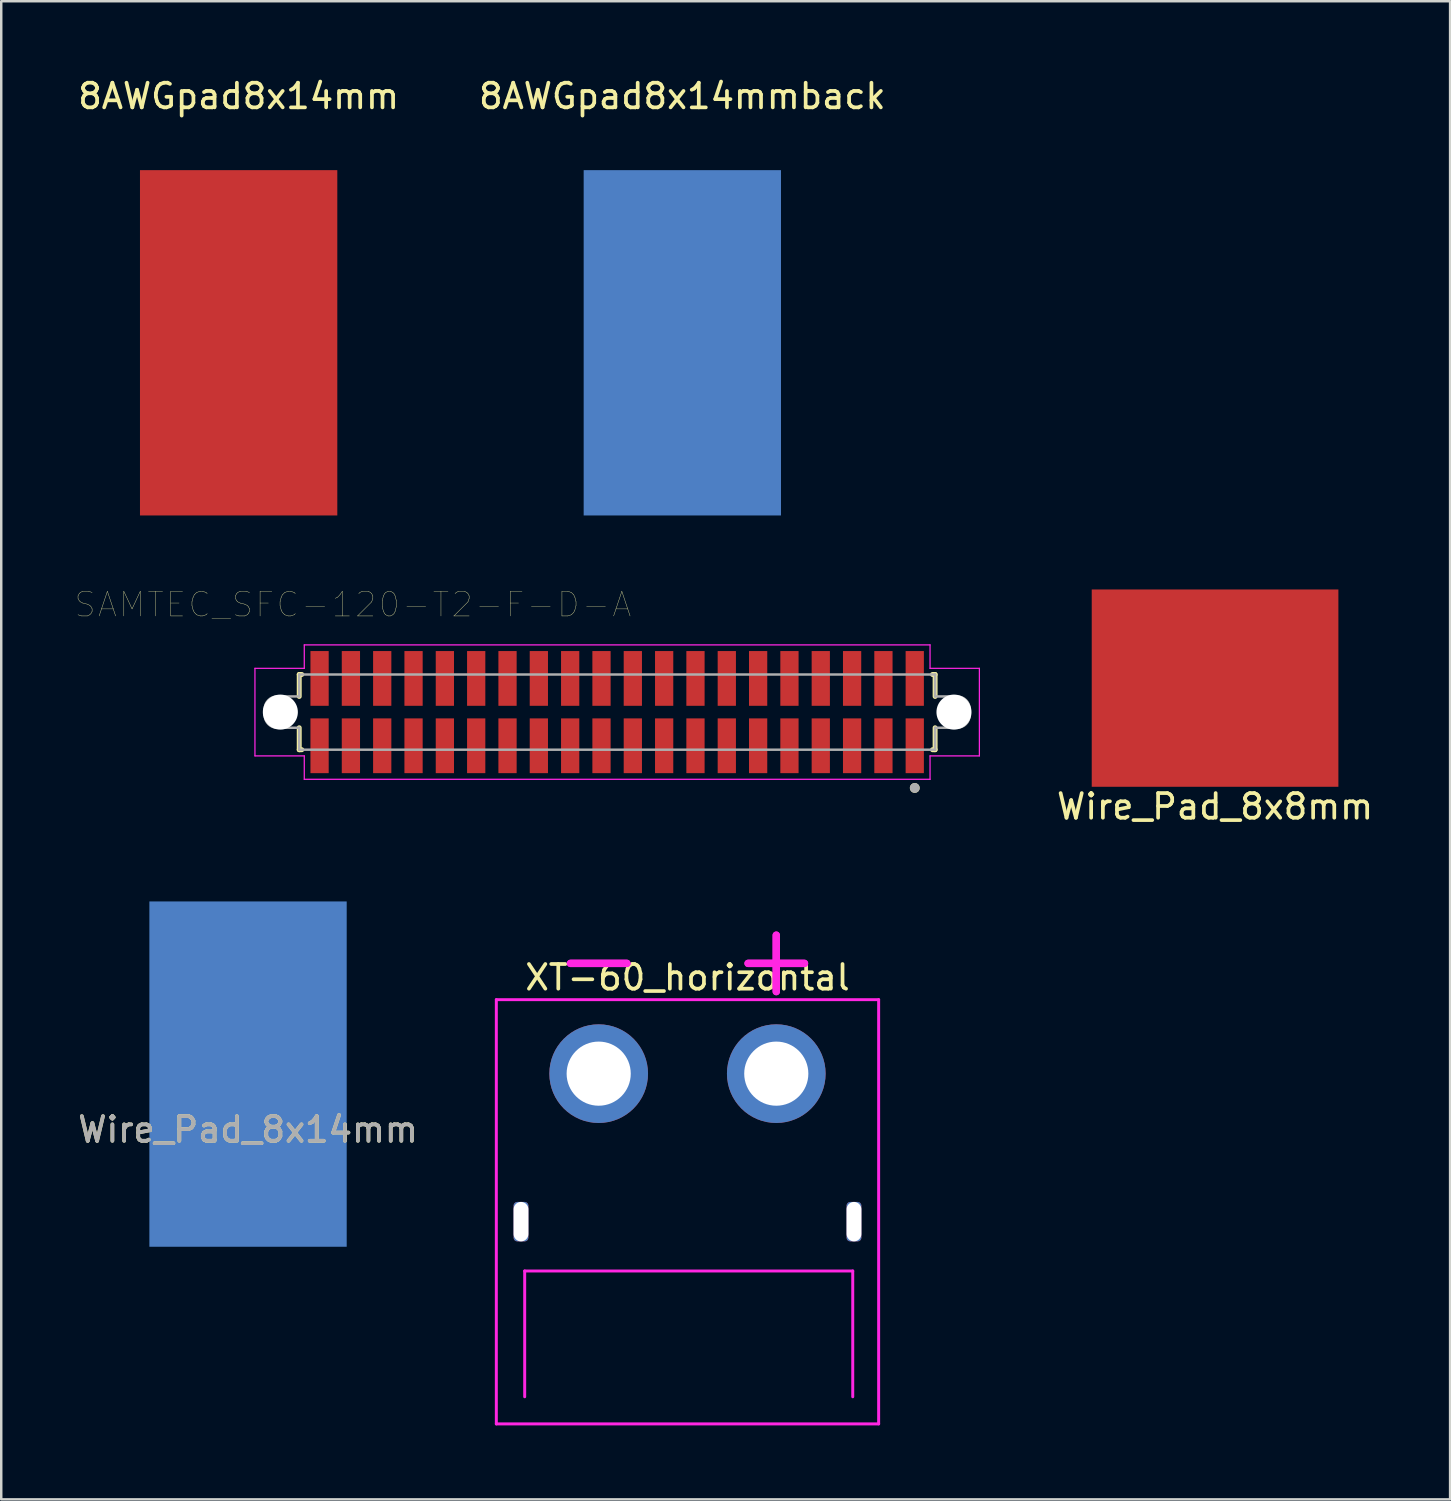
<source format=kicad_pcb>
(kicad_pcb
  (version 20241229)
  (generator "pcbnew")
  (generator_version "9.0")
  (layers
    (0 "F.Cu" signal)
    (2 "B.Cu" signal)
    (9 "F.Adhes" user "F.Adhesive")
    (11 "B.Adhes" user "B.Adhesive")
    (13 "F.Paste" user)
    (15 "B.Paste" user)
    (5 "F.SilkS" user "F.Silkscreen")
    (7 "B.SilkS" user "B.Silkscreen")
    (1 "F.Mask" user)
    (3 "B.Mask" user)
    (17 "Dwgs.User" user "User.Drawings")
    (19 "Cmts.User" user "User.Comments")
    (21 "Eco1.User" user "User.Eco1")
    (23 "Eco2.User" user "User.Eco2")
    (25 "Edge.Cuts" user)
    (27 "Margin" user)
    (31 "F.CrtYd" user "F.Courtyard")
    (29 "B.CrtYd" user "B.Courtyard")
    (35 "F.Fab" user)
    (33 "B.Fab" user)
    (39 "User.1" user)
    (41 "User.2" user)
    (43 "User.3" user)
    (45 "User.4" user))
  (footprint "SAMTEC_SFC-120-T2-F-D-A"
    (layer "F.Cu")
    (at 21.971 25.82)
    (property "Reference" "SAMTEC_SFC-120-T2-F-D-A" (at -10.715 -4.36 0) (layer "F.SilkS") (effects (font (size 1 1) (thickness 0.015))))
    (attr through_hole)
    (fp_line (start -12.89 -1.525) (end -12.89 -0.635) (stroke (width 0.2) (type solid)) (layer "F.SilkS"))
    (fp_line (start -12.89 -1.525) (end -12.785 -1.525) (stroke (width 0.2) (type solid)) (layer "F.SilkS"))
    (fp_line (start -12.89 1.525) (end -12.89 0.635) (stroke (width 0.2) (type solid)) (layer "F.SilkS"))
    (fp_line (start -12.89 1.525) (end -12.785 1.525) (stroke (width 0.2) (type solid)) (layer "F.SilkS"))
    (fp_line (start 12.89 -1.525) (end 12.785 -1.525) (stroke (width 0.2) (type solid)) (layer "F.SilkS"))
    (fp_line (start 12.89 -1.525) (end 12.89 -0.635) (stroke (width 0.2) (type solid)) (layer "F.SilkS"))
    (fp_line (start 12.89 1.525) (end 12.785 1.525) (stroke (width 0.2) (type solid)) (layer "F.SilkS"))
    (fp_line (start 12.89 1.525) (end 12.89 0.635) (stroke (width 0.2) (type solid)) (layer "F.SilkS"))
    (fp_circle (center 12.065 3.075) (end 12.165 3.075) (stroke (width 0.2) (type solid)) (fill no) (layer "F.SilkS"))
    (fp_line (start -14.685 -1.775) (end -12.685 -1.775) (stroke (width 0.05) (type solid)) (layer "F.CrtYd"))
    (fp_line (start -14.685 1.775) (end -14.685 -1.775) (stroke (width 0.05) (type solid)) (layer "F.CrtYd"))
    (fp_line (start -14.685 1.775) (end -12.685 1.775) (stroke (width 0.05) (type solid)) (layer "F.CrtYd"))
    (fp_line (start -12.685 -2.725) (end 12.685 -2.725) (stroke (width 0.05) (type solid)) (layer "F.CrtYd"))
    (fp_line (start -12.685 -1.775) (end -12.685 -2.725) (stroke (width 0.05) (type solid)) (layer "F.CrtYd"))
    (fp_line (start -12.685 1.775) (end -12.685 2.725) (stroke (width 0.05) (type solid)) (layer "F.CrtYd"))
    (fp_line (start -12.685 2.725) (end 12.685 2.725) (stroke (width 0.05) (type solid)) (layer "F.CrtYd"))
    (fp_line (start 12.685 -2.725) (end 12.685 -1.775) (stroke (width 0.05) (type solid)) (layer "F.CrtYd"))
    (fp_line (start 12.685 -1.775) (end 14.685 -1.775) (stroke (width 0.05) (type solid)) (layer "F.CrtYd"))
    (fp_line (start 12.685 1.775) (end 14.685 1.775) (stroke (width 0.05) (type solid)) (layer "F.CrtYd"))
    (fp_line (start 12.685 2.725) (end 12.685 1.775) (stroke (width 0.05) (type solid)) (layer "F.CrtYd"))
    (fp_line (start 14.685 -1.775) (end 14.685 1.775) (stroke (width 0.05) (type solid)) (layer "F.CrtYd"))
    (fp_line (start -14.29 -0.125) (end -14.29 0.125) (stroke (width 0.1) (type solid)) (layer "F.Fab"))
    (fp_line (start -12.89 -1.525) (end -12.89 -0.635) (stroke (width 0.1) (type solid)) (layer "F.Fab"))
    (fp_line (start -12.89 -1.525) (end 12.89 -1.525) (stroke (width 0.1) (type solid)) (layer "F.Fab"))
    (fp_line (start -12.89 -0.635) (end -13.78 -0.635) (stroke (width 0.1) (type solid)) (layer "F.Fab"))
    (fp_line (start -12.89 0.635) (end -13.78 0.635) (stroke (width 0.1) (type solid)) (layer "F.Fab"))
    (fp_line (start -12.89 1.525) (end -12.89 0.635) (stroke (width 0.1) (type solid)) (layer "F.Fab"))
    (fp_line (start 12.89 -1.525) (end 12.89 -0.635) (stroke (width 0.1) (type solid)) (layer "F.Fab"))
    (fp_line (start 12.89 -0.635) (end 13.78 -0.635) (stroke (width 0.1) (type solid)) (layer "F.Fab"))
    (fp_line (start 12.89 0.635) (end 13.78 0.635) (stroke (width 0.1) (type solid)) (layer "F.Fab"))
    (fp_line (start 12.89 1.525) (end -12.89 1.525) (stroke (width 0.1) (type solid)) (layer "F.Fab"))
    (fp_line (start 12.89 1.525) (end 12.89 0.635) (stroke (width 0.1) (type solid)) (layer "F.Fab"))
    (fp_line (start 14.29 -0.125) (end 14.29 0.125) (stroke (width 0.1) (type solid)) (layer "F.Fab"))
    (fp_arc (start -14.29 -0.125) (mid -14.140624 -0.485624) (end -13.78 -0.635) (stroke (width 0.1) (type solid)) (layer "F.Fab"))
    (fp_arc (start -13.78 0.635) (mid -14.140624 0.485624) (end -14.29 0.125) (stroke (width 0.1) (type solid)) (layer "F.Fab"))
    (fp_arc (start 13.78 -0.635) (mid 14.140624 -0.485624) (end 14.29 -0.125) (stroke (width 0.1) (type solid)) (layer "F.Fab"))
    (fp_arc (start 14.29 0.125) (mid 14.140624 0.485624) (end 13.78 0.635) (stroke (width 0.1) (type solid)) (layer "F.Fab"))
    (fp_circle (center 12.065 3.075) (end 12.165 3.075) (stroke (width 0.2) (type solid)) (fill no) (layer "F.Fab"))
    (pad "" np_thru_hole circle (at -13.655 0) (size 1.42 1.42) (drill 1.42) (layers "*.Cu" "*.Mask"))
    (pad "" np_thru_hole circle (at 13.655 0) (size 1.42 1.42) (drill 1.42) (layers "*.Cu" "*.Mask"))
    (pad "1" smd rect (at 12.065 1.365) (size 0.74 2.22) (layers "F.Cu" "F.Mask" "F.Paste"))
    (pad "2" smd rect (at 12.065 -1.365) (size 0.74 2.22) (layers "F.Cu" "F.Mask" "F.Paste"))
    (pad "3" smd rect (at 10.795 1.365) (size 0.74 2.22) (layers "F.Cu" "F.Mask" "F.Paste"))
    (pad "4" smd rect (at 10.795 -1.365) (size 0.74 2.22) (layers "F.Cu" "F.Mask" "F.Paste"))
    (pad "5" smd rect (at 9.525 1.365) (size 0.74 2.22) (layers "F.Cu" "F.Mask" "F.Paste"))
    (pad "6" smd rect (at 9.525 -1.365) (size 0.74 2.22) (layers "F.Cu" "F.Mask" "F.Paste"))
    (pad "7" smd rect (at 8.255 1.365) (size 0.74 2.22) (layers "F.Cu" "F.Mask" "F.Paste"))
    (pad "8" smd rect (at 8.255 -1.365) (size 0.74 2.22) (layers "F.Cu" "F.Mask" "F.Paste"))
    (pad "9" smd rect (at 6.985 1.365) (size 0.74 2.22) (layers "F.Cu" "F.Mask" "F.Paste"))
    (pad "10" smd rect (at 6.985 -1.365) (size 0.74 2.22) (layers "F.Cu" "F.Mask" "F.Paste"))
    (pad "11" smd rect (at 5.715 1.365) (size 0.74 2.22) (layers "F.Cu" "F.Mask" "F.Paste"))
    (pad "12" smd rect (at 5.715 -1.365) (size 0.74 2.22) (layers "F.Cu" "F.Mask" "F.Paste"))
    (pad "13" smd rect (at 4.445 1.365) (size 0.74 2.22) (layers "F.Cu" "F.Mask" "F.Paste"))
    (pad "14" smd rect (at 4.445 -1.365) (size 0.74 2.22) (layers "F.Cu" "F.Mask" "F.Paste"))
    (pad "15" smd rect (at 3.175 1.365) (size 0.74 2.22) (layers "F.Cu" "F.Mask" "F.Paste"))
    (pad "16" smd rect (at 3.175 -1.365) (size 0.74 2.22) (layers "F.Cu" "F.Mask" "F.Paste"))
    (pad "17" smd rect (at 1.905 1.365) (size 0.74 2.22) (layers "F.Cu" "F.Mask" "F.Paste"))
    (pad "18" smd rect (at 1.905 -1.365) (size 0.74 2.22) (layers "F.Cu" "F.Mask" "F.Paste"))
    (pad "19" smd rect (at 0.635 1.365) (size 0.74 2.22) (layers "F.Cu" "F.Mask" "F.Paste"))
    (pad "20" smd rect (at 0.635 -1.365) (size 0.74 2.22) (layers "F.Cu" "F.Mask" "F.Paste"))
    (pad "21" smd rect (at -0.635 1.365) (size 0.74 2.22) (layers "F.Cu" "F.Mask" "F.Paste"))
    (pad "22" smd rect (at -0.635 -1.365) (size 0.74 2.22) (layers "F.Cu" "F.Mask" "F.Paste"))
    (pad "23" smd rect (at -1.905 1.365) (size 0.74 2.22) (layers "F.Cu" "F.Mask" "F.Paste"))
    (pad "24" smd rect (at -1.905 -1.365) (size 0.74 2.22) (layers "F.Cu" "F.Mask" "F.Paste"))
    (pad "25" smd rect (at -3.175 1.365) (size 0.74 2.22) (layers "F.Cu" "F.Mask" "F.Paste"))
    (pad "26" smd rect (at -3.175 -1.365) (size 0.74 2.22) (layers "F.Cu" "F.Mask" "F.Paste"))
    (pad "27" smd rect (at -4.445 1.365) (size 0.74 2.22) (layers "F.Cu" "F.Mask" "F.Paste"))
    (pad "28" smd rect (at -4.445 -1.365) (size 0.74 2.22) (layers "F.Cu" "F.Mask" "F.Paste"))
    (pad "29" smd rect (at -5.715 1.365) (size 0.74 2.22) (layers "F.Cu" "F.Mask" "F.Paste"))
    (pad "30" smd rect (at -5.715 -1.365) (size 0.74 2.22) (layers "F.Cu" "F.Mask" "F.Paste"))
    (pad "31" smd rect (at -6.985 1.365) (size 0.74 2.22) (layers "F.Cu" "F.Mask" "F.Paste"))
    (pad "32" smd rect (at -6.985 -1.365) (size 0.74 2.22) (layers "F.Cu" "F.Mask" "F.Paste"))
    (pad "33" smd rect (at -8.255 1.365) (size 0.74 2.22) (layers "F.Cu" "F.Mask" "F.Paste"))
    (pad "34" smd rect (at -8.255 -1.365) (size 0.74 2.22) (layers "F.Cu" "F.Mask" "F.Paste"))
    (pad "35" smd rect (at -9.525 1.365) (size 0.74 2.22) (layers "F.Cu" "F.Mask" "F.Paste"))
    (pad "36" smd rect (at -9.525 -1.365) (size 0.74 2.22) (layers "F.Cu" "F.Mask" "F.Paste"))
    (pad "37" smd rect (at -10.795 1.365) (size 0.74 2.22) (layers "F.Cu" "F.Mask" "F.Paste"))
    (pad "38" smd rect (at -10.795 -1.365) (size 0.74 2.22) (layers "F.Cu" "F.Mask" "F.Paste"))
    (pad "39" smd rect (at -12.065 1.365) (size 0.74 2.22) (layers "F.Cu" "F.Mask" "F.Paste"))
    (pad "40" smd rect (at -12.065 -1.365) (size 0.74 2.22) (layers "F.Cu" "F.Mask" "F.Paste")))
  (footprint "Wire_Pad_8x14mm"
    (layer "F.Cu")
    (at 7.006 40.496)
    (property "Reference" "Wire_Pad_8x14mm" (at 0 2.25 0) (layer "F.SilkS") (effects (font (size 1 1) (thickness 0.15))))
    (attr through_hole)
    (fp_text user "${REFERENCE}" (at 0 2.25 0) (layer "F.Fab") (effects (font (size 1 1) (thickness 0.15))))
    (pad "1" smd rect (at 0 0) (size 8 14) (layers "B.Cu" "B.Mask")))
  (footprint "8AWGpad8x14mm"
    (layer "F.Cu")
    (at 6.625 10.848)
    (property "Reference" "8AWGpad8x14mm" (at 0 -10 0) (layer "F.SilkS") (effects (font (size 1 1) (thickness 0.15))))
    (attr through_hole)
    (pad "1" connect rect (at 0 0) (size 8 14) (layers "F.Cu" "F.Mask")))
  (footprint "XT-60_horizontal"
    (layer "F.Cu")
    (at 24.822 43.478)
    (property "Reference" "XT-60_horizontal" (at 0 -6.9 0) (layer "F.SilkS") (effects (font (size 1 1) (thickness 0.15))))
    (attr through_hole)
    (fp_line (start -7.75 -6) (end 7.75 -6) (stroke (width 0.12) (type solid)) (layer "F.CrtYd"))
    (fp_line (start -7.75 11.2) (end -7.75 -6) (stroke (width 0.12) (type solid)) (layer "F.CrtYd"))
    (fp_line (start -6.6 5) (end 6.7 5) (stroke (width 0.12) (type solid)) (layer "F.CrtYd"))
    (fp_line (start -6.6 10.1) (end -6.6 5) (stroke (width 0.12) (type solid)) (layer "F.CrtYd"))
    (fp_line (start 6.7 5) (end 6.7 10.1) (stroke (width 0.12) (type solid)) (layer "F.CrtYd"))
    (fp_line (start 7.75 -6) (end 7.75 11.2) (stroke (width 0.12) (type solid)) (layer "F.CrtYd"))
    (fp_line (start 7.75 11.2) (end -7.75 11.2) (stroke (width 0.12) (type solid)) (layer "F.CrtYd"))
    (fp_text user "-" (at -3.6 -7.7 0) (layer "F.CrtYd") (effects (font (size 3 3) (thickness 0.3))))
    (fp_text user "-" (at -3.6 -7.7 0) (layer "F.CrtYd") (effects (font (size 3 3) (thickness 0.3))))
    (fp_text user "+" (at 3.6 -7.7 0) (layer "F.CrtYd") (effects (font (size 3 3) (thickness 0.3))))
    (fp_text user "+" (at 3.6 -7.7 0) (layer "F.CrtYd") (effects (font (size 3 3) (thickness 0.3))))
    (pad "" np_thru_hole roundrect (at -6.75 3) (size 0.6 1.6) (drill oval 0.6 1.6) (layers "*.Cu" "*.Mask") (roundrect_rratio 0.25))
    (pad "" np_thru_hole roundrect (at 6.75 3) (size 0.6 1.6) (drill oval 0.6 1.6) (layers "*.Cu" "*.Mask") (roundrect_rratio 0.25))
    (pad "1" thru_hole circle (at 3.6 -3) (size 4 4) (drill 2.6) (layers "*.Cu" "*.Mask"))
    (pad "2" thru_hole circle (at -3.6 -3) (size 4 4) (drill 2.6) (layers "*.Cu" "*.Mask")))
  (footprint "Wire_Pad_8x8mm"
    (layer "F.Cu")
    (at 46.211 24.848)
    (property "Reference" "Wire_Pad_8x8mm" (at 0 4.8 0) (layer "F.SilkS") (effects (font (size 1 1) (thickness 0.15))))
    (attr through_hole)
    (pad "1" smd rect (at 0 0) (size 10 8) (layers "F.Cu" "F.Mask")))
  (footprint "8AWGpad8x14mmback"
    (layer "F.Cu")
    (at 24.613 10.848)
    (property "Reference" "8AWGpad8x14mmback" (at 0 -10 0) (layer "F.SilkS") (effects (font (size 1 1) (thickness 0.15))))
    (attr through_hole)
    (pad "1" connect rect (at 0 0) (size 8 14) (layers "B.Cu" "B.Mask")))
  (gr_rect
    (start -3 -3)
    (end 55.74 57.738)
    (stroke (width 0.1) (type default))
    (fill no)
    (layer "Edge.Cuts")))
</source>
